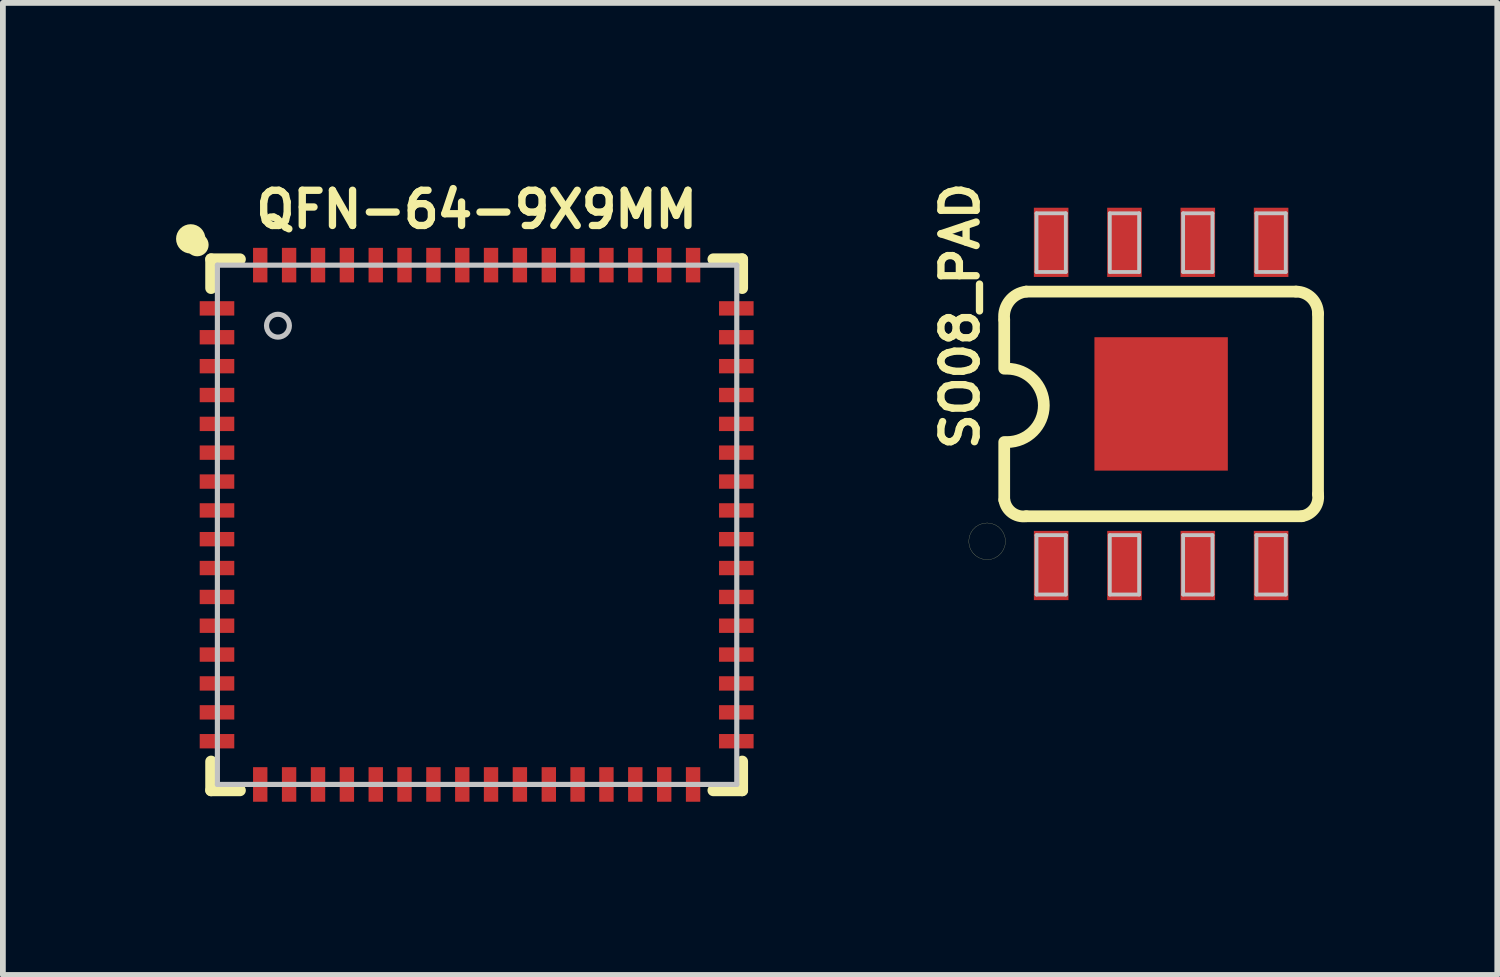
<source format=kicad_pcb>
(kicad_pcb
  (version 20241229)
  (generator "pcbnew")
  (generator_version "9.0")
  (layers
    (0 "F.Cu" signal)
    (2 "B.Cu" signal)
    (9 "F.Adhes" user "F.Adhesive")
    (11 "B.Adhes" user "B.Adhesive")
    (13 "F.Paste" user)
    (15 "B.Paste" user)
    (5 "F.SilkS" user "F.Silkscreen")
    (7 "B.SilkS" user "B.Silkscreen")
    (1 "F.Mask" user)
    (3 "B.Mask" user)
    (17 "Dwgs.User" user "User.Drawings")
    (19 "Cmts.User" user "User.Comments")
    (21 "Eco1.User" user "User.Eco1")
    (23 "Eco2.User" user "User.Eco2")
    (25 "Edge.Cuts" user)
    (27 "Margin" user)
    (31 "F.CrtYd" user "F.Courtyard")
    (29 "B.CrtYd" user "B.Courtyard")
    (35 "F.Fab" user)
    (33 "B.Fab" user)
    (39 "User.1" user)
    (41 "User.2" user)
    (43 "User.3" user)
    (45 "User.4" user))
  (footprint "SO08_PAD"
    (layer "F.Cu")
    (at 17.064 3.947)
    (property "Reference" "SO08_PAD" (at -3.48 -1.524 90) (layer "F.SilkS") (effects (font (size 0.61 0.61) (thickness 0.127))))
    (attr smd)
    (fp_line (start -3.332 2.38) (end -3.325 2.451) (stroke (width 0.003) (type solid)) (layer "F.SilkS"))
    (fp_line (start -3.325 2.309) (end -3.332 2.38) (stroke (width 0.003) (type solid)) (layer "F.SilkS"))
    (fp_line (start -3.325 2.451) (end -3.302 2.517) (stroke (width 0.003) (type solid)) (layer "F.SilkS"))
    (fp_line (start -3.302 2.243) (end -3.325 2.309) (stroke (width 0.003) (type solid)) (layer "F.SilkS"))
    (fp_line (start -3.302 2.517) (end -3.264 2.578) (stroke (width 0.003) (type solid)) (layer "F.SilkS"))
    (fp_line (start -3.264 2.182) (end -3.302 2.243) (stroke (width 0.003) (type solid)) (layer "F.SilkS"))
    (fp_line (start -3.264 2.578) (end -3.213 2.629) (stroke (width 0.003) (type solid)) (layer "F.SilkS"))
    (fp_line (start -3.213 2.131) (end -3.264 2.182) (stroke (width 0.003) (type solid)) (layer "F.SilkS"))
    (fp_line (start -3.213 2.629) (end -3.152 2.667) (stroke (width 0.003) (type solid)) (layer "F.SilkS"))
    (fp_line (start -3.152 2.093) (end -3.213 2.131) (stroke (width 0.003) (type solid)) (layer "F.SilkS"))
    (fp_line (start -3.152 2.667) (end -3.086 2.69) (stroke (width 0.003) (type solid)) (layer "F.SilkS"))
    (fp_line (start -3.086 2.07) (end -3.152 2.093) (stroke (width 0.003) (type solid)) (layer "F.SilkS"))
    (fp_line (start -3.086 2.69) (end -3.015 2.697) (stroke (width 0.003) (type solid)) (layer "F.SilkS"))
    (fp_line (start -3.015 2.062) (end -3.086 2.07) (stroke (width 0.003) (type solid)) (layer "F.SilkS"))
    (fp_line (start -3.015 2.697) (end -2.944 2.69) (stroke (width 0.003) (type solid)) (layer "F.SilkS"))
    (fp_line (start -2.944 2.07) (end -3.015 2.062) (stroke (width 0.003) (type solid)) (layer "F.SilkS"))
    (fp_line (start -2.944 2.69) (end -2.878 2.667) (stroke (width 0.003) (type solid)) (layer "F.SilkS"))
    (fp_line (start -2.878 2.093) (end -2.944 2.07) (stroke (width 0.003) (type solid)) (layer "F.SilkS"))
    (fp_line (start -2.878 2.667) (end -2.817 2.629) (stroke (width 0.003) (type solid)) (layer "F.SilkS"))
    (fp_line (start -2.817 2.131) (end -2.878 2.093) (stroke (width 0.003) (type solid)) (layer "F.SilkS"))
    (fp_line (start -2.817 2.629) (end -2.766 2.578) (stroke (width 0.003) (type solid)) (layer "F.SilkS"))
    (fp_line (start -2.766 2.182) (end -2.817 2.131) (stroke (width 0.003) (type solid)) (layer "F.SilkS"))
    (fp_line (start -2.766 2.578) (end -2.728 2.517) (stroke (width 0.003) (type solid)) (layer "F.SilkS"))
    (fp_line (start -2.728 2.243) (end -2.766 2.182) (stroke (width 0.003) (type solid)) (layer "F.SilkS"))
    (fp_line (start -2.728 2.517) (end -2.705 2.451) (stroke (width 0.003) (type solid)) (layer "F.SilkS"))
    (fp_line (start -2.718 -1.45) (end -2.718 -0.61) (stroke (width 0.203) (type solid)) (layer "F.SilkS"))
    (fp_line (start -2.718 1.664) (end -2.718 0.66) (stroke (width 0.203) (type solid)) (layer "F.SilkS"))
    (fp_line (start -2.705 2.309) (end -2.728 2.243) (stroke (width 0.003) (type solid)) (layer "F.SilkS"))
    (fp_line (start -2.705 2.451) (end -2.697 2.38) (stroke (width 0.003) (type solid)) (layer "F.SilkS"))
    (fp_line (start -2.697 2.38) (end -2.705 2.309) (stroke (width 0.003) (type solid)) (layer "F.SilkS"))
    (fp_line (start -2.337 1.946) (end 2.436 1.946) (stroke (width 0.203) (type solid)) (layer "F.SilkS"))
    (fp_line (start 2.337 -1.946) (end -2.337 -1.946) (stroke (width 0.203) (type solid)) (layer "F.SilkS"))
    (fp_line (start 2.718 1.565) (end 2.718 -1.565) (stroke (width 0.203) (type solid)) (layer "F.SilkS"))
    (fp_arc (start -2.7178 -1.46304) (mid -2.62725 -1.783248) (end -2.3368 -1.94564) (stroke (width 0.2032) (type solid)) (layer "F.SilkS"))
    (fp_arc (start -2.667 -0.6096) (mid -2.032 0.0254) (end -2.667 0.6604) (stroke (width 0.2032) (type solid)) (layer "F.SilkS"))
    (fp_arc (start -2.3368 1.94564) (mid -2.584422 1.883052) (end -2.71526 1.6637) (stroke (width 0.2032) (type solid)) (layer "F.SilkS"))
    (fp_arc (start 2.3368 -1.94564) (mid 2.606208 -1.834048) (end 2.7178 -1.56464) (stroke (width 0.2032) (type solid)) (layer "F.SilkS"))
    (fp_arc (start 2.7178 1.56464) (mid 2.654468 1.814058) (end 2.43332 1.94564) (stroke (width 0.2032) (type solid)) (layer "F.SilkS"))
    (fp_line (start -2.159 -3.302) (end -1.651 -3.302) (stroke (width 0.066) (type solid)) (layer "Dwgs.User"))
    (fp_line (start -2.159 -2.286) (end -2.159 -3.302) (stroke (width 0.066) (type solid)) (layer "Dwgs.User"))
    (fp_line (start -2.159 -2.286) (end -1.651 -2.286) (stroke (width 0.066) (type solid)) (layer "Dwgs.User"))
    (fp_line (start -2.159 2.273) (end -1.651 2.273) (stroke (width 0.066) (type solid)) (layer "Dwgs.User"))
    (fp_line (start -2.159 3.302) (end -2.159 2.273) (stroke (width 0.066) (type solid)) (layer "Dwgs.User"))
    (fp_line (start -2.159 3.302) (end -1.651 3.302) (stroke (width 0.066) (type solid)) (layer "Dwgs.User"))
    (fp_line (start -1.651 -2.286) (end -1.651 -3.302) (stroke (width 0.066) (type solid)) (layer "Dwgs.User"))
    (fp_line (start -1.651 3.302) (end -1.651 2.273) (stroke (width 0.066) (type solid)) (layer "Dwgs.User"))
    (fp_line (start -0.889 -3.302) (end -0.381 -3.302) (stroke (width 0.066) (type solid)) (layer "Dwgs.User"))
    (fp_line (start -0.889 -2.286) (end -0.889 -3.302) (stroke (width 0.066) (type solid)) (layer "Dwgs.User"))
    (fp_line (start -0.889 -2.286) (end -0.381 -2.286) (stroke (width 0.066) (type solid)) (layer "Dwgs.User"))
    (fp_line (start -0.889 2.273) (end -0.381 2.273) (stroke (width 0.066) (type solid)) (layer "Dwgs.User"))
    (fp_line (start -0.889 3.302) (end -0.889 2.273) (stroke (width 0.066) (type solid)) (layer "Dwgs.User"))
    (fp_line (start -0.889 3.302) (end -0.381 3.302) (stroke (width 0.066) (type solid)) (layer "Dwgs.User"))
    (fp_line (start -0.381 -2.286) (end -0.381 -3.302) (stroke (width 0.066) (type solid)) (layer "Dwgs.User"))
    (fp_line (start -0.381 3.302) (end -0.381 2.273) (stroke (width 0.066) (type solid)) (layer "Dwgs.User"))
    (fp_line (start 0.381 -3.302) (end 0.889 -3.302) (stroke (width 0.066) (type solid)) (layer "Dwgs.User"))
    (fp_line (start 0.381 -2.286) (end 0.381 -3.302) (stroke (width 0.066) (type solid)) (layer "Dwgs.User"))
    (fp_line (start 0.381 -2.286) (end 0.889 -2.286) (stroke (width 0.066) (type solid)) (layer "Dwgs.User"))
    (fp_line (start 0.381 2.273) (end 0.889 2.273) (stroke (width 0.066) (type solid)) (layer "Dwgs.User"))
    (fp_line (start 0.381 3.302) (end 0.381 2.273) (stroke (width 0.066) (type solid)) (layer "Dwgs.User"))
    (fp_line (start 0.381 3.302) (end 0.889 3.302) (stroke (width 0.066) (type solid)) (layer "Dwgs.User"))
    (fp_line (start 0.889 -2.286) (end 0.889 -3.302) (stroke (width 0.066) (type solid)) (layer "Dwgs.User"))
    (fp_line (start 0.889 3.302) (end 0.889 2.273) (stroke (width 0.066) (type solid)) (layer "Dwgs.User"))
    (fp_line (start 1.651 -3.302) (end 2.159 -3.302) (stroke (width 0.066) (type solid)) (layer "Dwgs.User"))
    (fp_line (start 1.651 -2.286) (end 1.651 -3.302) (stroke (width 0.066) (type solid)) (layer "Dwgs.User"))
    (fp_line (start 1.651 -2.286) (end 2.159 -2.286) (stroke (width 0.066) (type solid)) (layer "Dwgs.User"))
    (fp_line (start 1.651 2.273) (end 2.159 2.273) (stroke (width 0.066) (type solid)) (layer "Dwgs.User"))
    (fp_line (start 1.651 3.302) (end 1.651 2.273) (stroke (width 0.066) (type solid)) (layer "Dwgs.User"))
    (fp_line (start 1.651 3.302) (end 2.159 3.302) (stroke (width 0.066) (type solid)) (layer "Dwgs.User"))
    (fp_line (start 2.159 -2.286) (end 2.159 -3.302) (stroke (width 0.066) (type solid)) (layer "Dwgs.User"))
    (fp_line (start 2.159 3.302) (end 2.159 2.273) (stroke (width 0.066) (type solid)) (layer "Dwgs.User"))
    (pad "1" smd rect (at -1.905 2.799) (size 0.599 1.199) (layers "F.Cu" "F.Mask" "F.Paste"))
    (pad "2" smd rect (at -0.635 2.799) (size 0.599 1.199) (layers "F.Cu" "F.Mask" "F.Paste"))
    (pad "3" smd rect (at 0.635 2.799) (size 0.599 1.199) (layers "F.Cu" "F.Mask" "F.Paste"))
    (pad "4" smd rect (at 1.905 2.799) (size 0.599 1.199) (layers "F.Cu" "F.Mask" "F.Paste"))
    (pad "5" smd rect (at 1.905 -2.799) (size 0.599 1.199) (layers "F.Cu" "F.Mask" "F.Paste"))
    (pad "6" smd rect (at 0.635 -2.799) (size 0.599 1.199) (layers "F.Cu" "F.Mask" "F.Paste"))
    (pad "7" smd rect (at -0.635 -2.799) (size 0.599 1.199) (layers "F.Cu" "F.Mask" "F.Paste"))
    (pad "8" smd rect (at -1.905 -2.799) (size 0.599 1.199) (layers "F.Cu" "F.Mask" "F.Paste"))
    (pad "PAD" smd rect (at 0 0) (size 2.311 2.311) (layers "F.Cu" "F.Mask" "F.Paste")))
  (footprint "QFN-64-9X9MM"
    (layer "F.Cu")
    (at 5.207 6.041)
    (property "Reference" "QFN-64-9X9MM" (at 0 -5.461 0) (layer "F.SilkS") (effects (font (size 0.61 0.61) (thickness 0.127))))
    (attr smd)
    (fp_line (start -4.6 -4.6) (end -4.6 -4.1) (stroke (width 0.203) (type solid)) (layer "F.SilkS"))
    (fp_line (start -4.6 -4.6) (end -4.1 -4.6) (stroke (width 0.203) (type solid)) (layer "F.SilkS"))
    (fp_line (start -4.6 4.6) (end -4.6 4.1) (stroke (width 0.203) (type solid)) (layer "F.SilkS"))
    (fp_line (start -4.6 4.6) (end -4.1 4.6) (stroke (width 0.203) (type solid)) (layer "F.SilkS"))
    (fp_line (start 4.6 -4.6) (end 4.1 -4.6) (stroke (width 0.203) (type solid)) (layer "F.SilkS"))
    (fp_line (start 4.6 -4.6) (end 4.6 -4.1) (stroke (width 0.203) (type solid)) (layer "F.SilkS"))
    (fp_line (start 4.6 4.6) (end 4.1 4.6) (stroke (width 0.203) (type solid)) (layer "F.SilkS"))
    (fp_line (start 4.6 4.6) (end 4.6 4.1) (stroke (width 0.203) (type solid)) (layer "F.SilkS"))
    (fp_circle (center -4.953 -4.953) (end -4.826 -4.953) (stroke (width 0.254) (type solid)) (fill no) (layer "F.SilkS"))
    (fp_circle (center -4.841 -4.849) (end -4.841 -5.047) (stroke (width 0) (type solid)) (fill yes) (layer "F.SilkS"))
    (fp_line (start -4.491 -4.498) (end -4.491 4.498) (stroke (width 0.089) (type solid)) (layer "Dwgs.User"))
    (fp_line (start -4.491 4.498) (end 4.506 4.498) (stroke (width 0.089) (type solid)) (layer "Dwgs.User"))
    (fp_line (start 4.506 -4.498) (end -4.491 -4.498) (stroke (width 0.089) (type solid)) (layer "Dwgs.User"))
    (fp_line (start 4.506 4.498) (end 4.506 -4.498) (stroke (width 0.089) (type solid)) (layer "Dwgs.User"))
    (fp_circle (center -3.442 -3.449) (end -3.442 -3.647) (stroke (width 0.089) (type solid)) (fill no) (layer "Dwgs.User"))
    (pad "1" smd rect (at -4.498 -3.749 270) (size 0.249 0.599) (layers "F.Cu" "F.Mask" "F.Paste"))
    (pad "2" smd rect (at -4.498 -3.249 270) (size 0.249 0.599) (layers "F.Cu" "F.Mask" "F.Paste"))
    (pad "3" smd rect (at -4.498 -2.748 270) (size 0.249 0.599) (layers "F.Cu" "F.Mask" "F.Paste"))
    (pad "4" smd rect (at -4.498 -2.248 270) (size 0.249 0.599) (layers "F.Cu" "F.Mask" "F.Paste"))
    (pad "5" smd rect (at -4.498 -1.748 270) (size 0.249 0.599) (layers "F.Cu" "F.Mask" "F.Paste"))
    (pad "6" smd rect (at -4.498 -1.25 270) (size 0.249 0.599) (layers "F.Cu" "F.Mask" "F.Paste"))
    (pad "7" smd rect (at -4.498 -0.749 270) (size 0.249 0.599) (layers "F.Cu" "F.Mask" "F.Paste"))
    (pad "8" smd rect (at -4.498 -0.249 270) (size 0.249 0.599) (layers "F.Cu" "F.Mask" "F.Paste"))
    (pad "9" smd rect (at -4.498 0.249 270) (size 0.249 0.599) (layers "F.Cu" "F.Mask" "F.Paste"))
    (pad "10" smd rect (at -4.498 0.749 270) (size 0.249 0.599) (layers "F.Cu" "F.Mask" "F.Paste"))
    (pad "11" smd rect (at -4.498 1.25 270) (size 0.249 0.599) (layers "F.Cu" "F.Mask" "F.Paste"))
    (pad "12" smd rect (at -4.498 1.748 270) (size 0.249 0.599) (layers "F.Cu" "F.Mask" "F.Paste"))
    (pad "13" smd rect (at -4.498 2.248 270) (size 0.249 0.599) (layers "F.Cu" "F.Mask" "F.Paste"))
    (pad "14" smd rect (at -4.498 2.748 270) (size 0.249 0.599) (layers "F.Cu" "F.Mask" "F.Paste"))
    (pad "15" smd rect (at -4.498 3.249 90) (size 0.249 0.599) (layers "F.Cu" "F.Mask" "F.Paste"))
    (pad "16" smd rect (at -4.498 3.749 90) (size 0.249 0.599) (layers "F.Cu" "F.Mask" "F.Paste"))
    (pad "17" smd rect (at -3.749 4.498 180) (size 0.249 0.599) (layers "F.Cu" "F.Mask" "F.Paste"))
    (pad "18" smd rect (at -3.249 4.498 180) (size 0.249 0.599) (layers "F.Cu" "F.Mask" "F.Paste"))
    (pad "19" smd rect (at -2.748 4.498 180) (size 0.249 0.599) (layers "F.Cu" "F.Mask" "F.Paste"))
    (pad "20" smd rect (at -2.248 4.498 180) (size 0.249 0.599) (layers "F.Cu" "F.Mask" "F.Paste"))
    (pad "21" smd rect (at -1.748 4.498 180) (size 0.249 0.599) (layers "F.Cu" "F.Mask" "F.Paste"))
    (pad "22" smd rect (at -1.25 4.498 180) (size 0.249 0.599) (layers "F.Cu" "F.Mask" "F.Paste"))
    (pad "23" smd rect (at -0.749 4.498 180) (size 0.249 0.599) (layers "F.Cu" "F.Mask" "F.Paste"))
    (pad "24" smd rect (at -0.249 4.498 180) (size 0.249 0.599) (layers "F.Cu" "F.Mask" "F.Paste"))
    (pad "25" smd rect (at 0.249 4.498 180) (size 0.249 0.599) (layers "F.Cu" "F.Mask" "F.Paste"))
    (pad "26" smd rect (at 0.749 4.498 180) (size 0.249 0.599) (layers "F.Cu" "F.Mask" "F.Paste"))
    (pad "27" smd rect (at 1.25 4.498 180) (size 0.249 0.599) (layers "F.Cu" "F.Mask" "F.Paste"))
    (pad "28" smd rect (at 1.748 4.498 180) (size 0.249 0.599) (layers "F.Cu" "F.Mask" "F.Paste"))
    (pad "29" smd rect (at 2.248 4.498) (size 0.249 0.599) (layers "F.Cu" "F.Mask" "F.Paste"))
    (pad "30" smd rect (at 2.748 4.498) (size 0.249 0.599) (layers "F.Cu" "F.Mask" "F.Paste"))
    (pad "31" smd rect (at 3.249 4.498) (size 0.249 0.599) (layers "F.Cu" "F.Mask" "F.Paste"))
    (pad "32" smd rect (at 3.749 4.498) (size 0.249 0.599) (layers "F.Cu" "F.Mask" "F.Paste"))
    (pad "33" smd rect (at 4.498 3.749 90) (size 0.249 0.599) (layers "F.Cu" "F.Mask" "F.Paste"))
    (pad "34" smd rect (at 4.498 3.249 90) (size 0.249 0.599) (layers "F.Cu" "F.Mask" "F.Paste"))
    (pad "35" smd rect (at 4.498 2.748 90) (size 0.249 0.599) (layers "F.Cu" "F.Mask" "F.Paste"))
    (pad "36" smd rect (at 4.498 2.248 90) (size 0.249 0.599) (layers "F.Cu" "F.Mask" "F.Paste"))
    (pad "37" smd rect (at 4.498 1.748 90) (size 0.249 0.599) (layers "F.Cu" "F.Mask" "F.Paste"))
    (pad "38" smd rect (at 4.498 1.25 90) (size 0.249 0.599) (layers "F.Cu" "F.Mask" "F.Paste"))
    (pad "39" smd rect (at 4.498 0.749 90) (size 0.249 0.599) (layers "F.Cu" "F.Mask" "F.Paste"))
    (pad "40" smd rect (at 4.498 0.249 90) (size 0.249 0.599) (layers "F.Cu" "F.Mask" "F.Paste"))
    (pad "41" smd rect (at 4.498 -0.249 90) (size 0.249 0.599) (layers "F.Cu" "F.Mask" "F.Paste"))
    (pad "42" smd rect (at 4.498 -0.749 90) (size 0.249 0.599) (layers "F.Cu" "F.Mask" "F.Paste"))
    (pad "43" smd rect (at 4.498 -1.25 90) (size 0.249 0.599) (layers "F.Cu" "F.Mask" "F.Paste"))
    (pad "44" smd rect (at 4.498 -1.748 90) (size 0.249 0.599) (layers "F.Cu" "F.Mask" "F.Paste"))
    (pad "45" smd rect (at 4.498 -2.248 90) (size 0.249 0.599) (layers "F.Cu" "F.Mask" "F.Paste"))
    (pad "46" smd rect (at 4.498 -2.748 90) (size 0.249 0.599) (layers "F.Cu" "F.Mask" "F.Paste"))
    (pad "47" smd rect (at 4.498 -3.249 90) (size 0.249 0.599) (layers "F.Cu" "F.Mask" "F.Paste"))
    (pad "48" smd rect (at 4.498 -3.749 90) (size 0.249 0.599) (layers "F.Cu" "F.Mask" "F.Paste"))
    (pad "49" smd rect (at 3.749 -4.498) (size 0.249 0.599) (layers "F.Cu" "F.Mask" "F.Paste"))
    (pad "50" smd rect (at 3.249 -4.498) (size 0.249 0.599) (layers "F.Cu" "F.Mask" "F.Paste"))
    (pad "51" smd rect (at 2.748 -4.498) (size 0.249 0.599) (layers "F.Cu" "F.Mask" "F.Paste"))
    (pad "52" smd rect (at 2.248 -4.498) (size 0.249 0.599) (layers "F.Cu" "F.Mask" "F.Paste"))
    (pad "53" smd rect (at 1.748 -4.498) (size 0.249 0.599) (layers "F.Cu" "F.Mask" "F.Paste"))
    (pad "54" smd rect (at 1.25 -4.498) (size 0.249 0.599) (layers "F.Cu" "F.Mask" "F.Paste"))
    (pad "55" smd rect (at 0.749 -4.498) (size 0.249 0.599) (layers "F.Cu" "F.Mask" "F.Paste"))
    (pad "56" smd rect (at 0.249 -4.498) (size 0.249 0.599) (layers "F.Cu" "F.Mask" "F.Paste"))
    (pad "57" smd rect (at -0.249 -4.498) (size 0.249 0.599) (layers "F.Cu" "F.Mask" "F.Paste"))
    (pad "58" smd rect (at -0.749 -4.498) (size 0.249 0.599) (layers "F.Cu" "F.Mask" "F.Paste"))
    (pad "59" smd rect (at -1.25 -4.498) (size 0.249 0.599) (layers "F.Cu" "F.Mask" "F.Paste"))
    (pad "60" smd rect (at -1.748 -4.498) (size 0.249 0.599) (layers "F.Cu" "F.Mask" "F.Paste"))
    (pad "61" smd rect (at -2.248 -4.498) (size 0.249 0.599) (layers "F.Cu" "F.Mask" "F.Paste"))
    (pad "62" smd rect (at -2.748 -4.498) (size 0.249 0.599) (layers "F.Cu" "F.Mask" "F.Paste"))
    (pad "63" smd rect (at -3.249 -4.498) (size 0.249 0.599) (layers "F.Cu" "F.Mask" "F.Paste"))
    (pad "64" smd rect (at -3.749 -4.498) (size 0.249 0.599) (layers "F.Cu" "F.Mask" "F.Paste")))
  (gr_rect
    (start -3 -3)
    (end 22.887 13.839)
    (stroke (width 0.1) (type default))
    (fill no)
    (layer "Edge.Cuts")))
</source>
